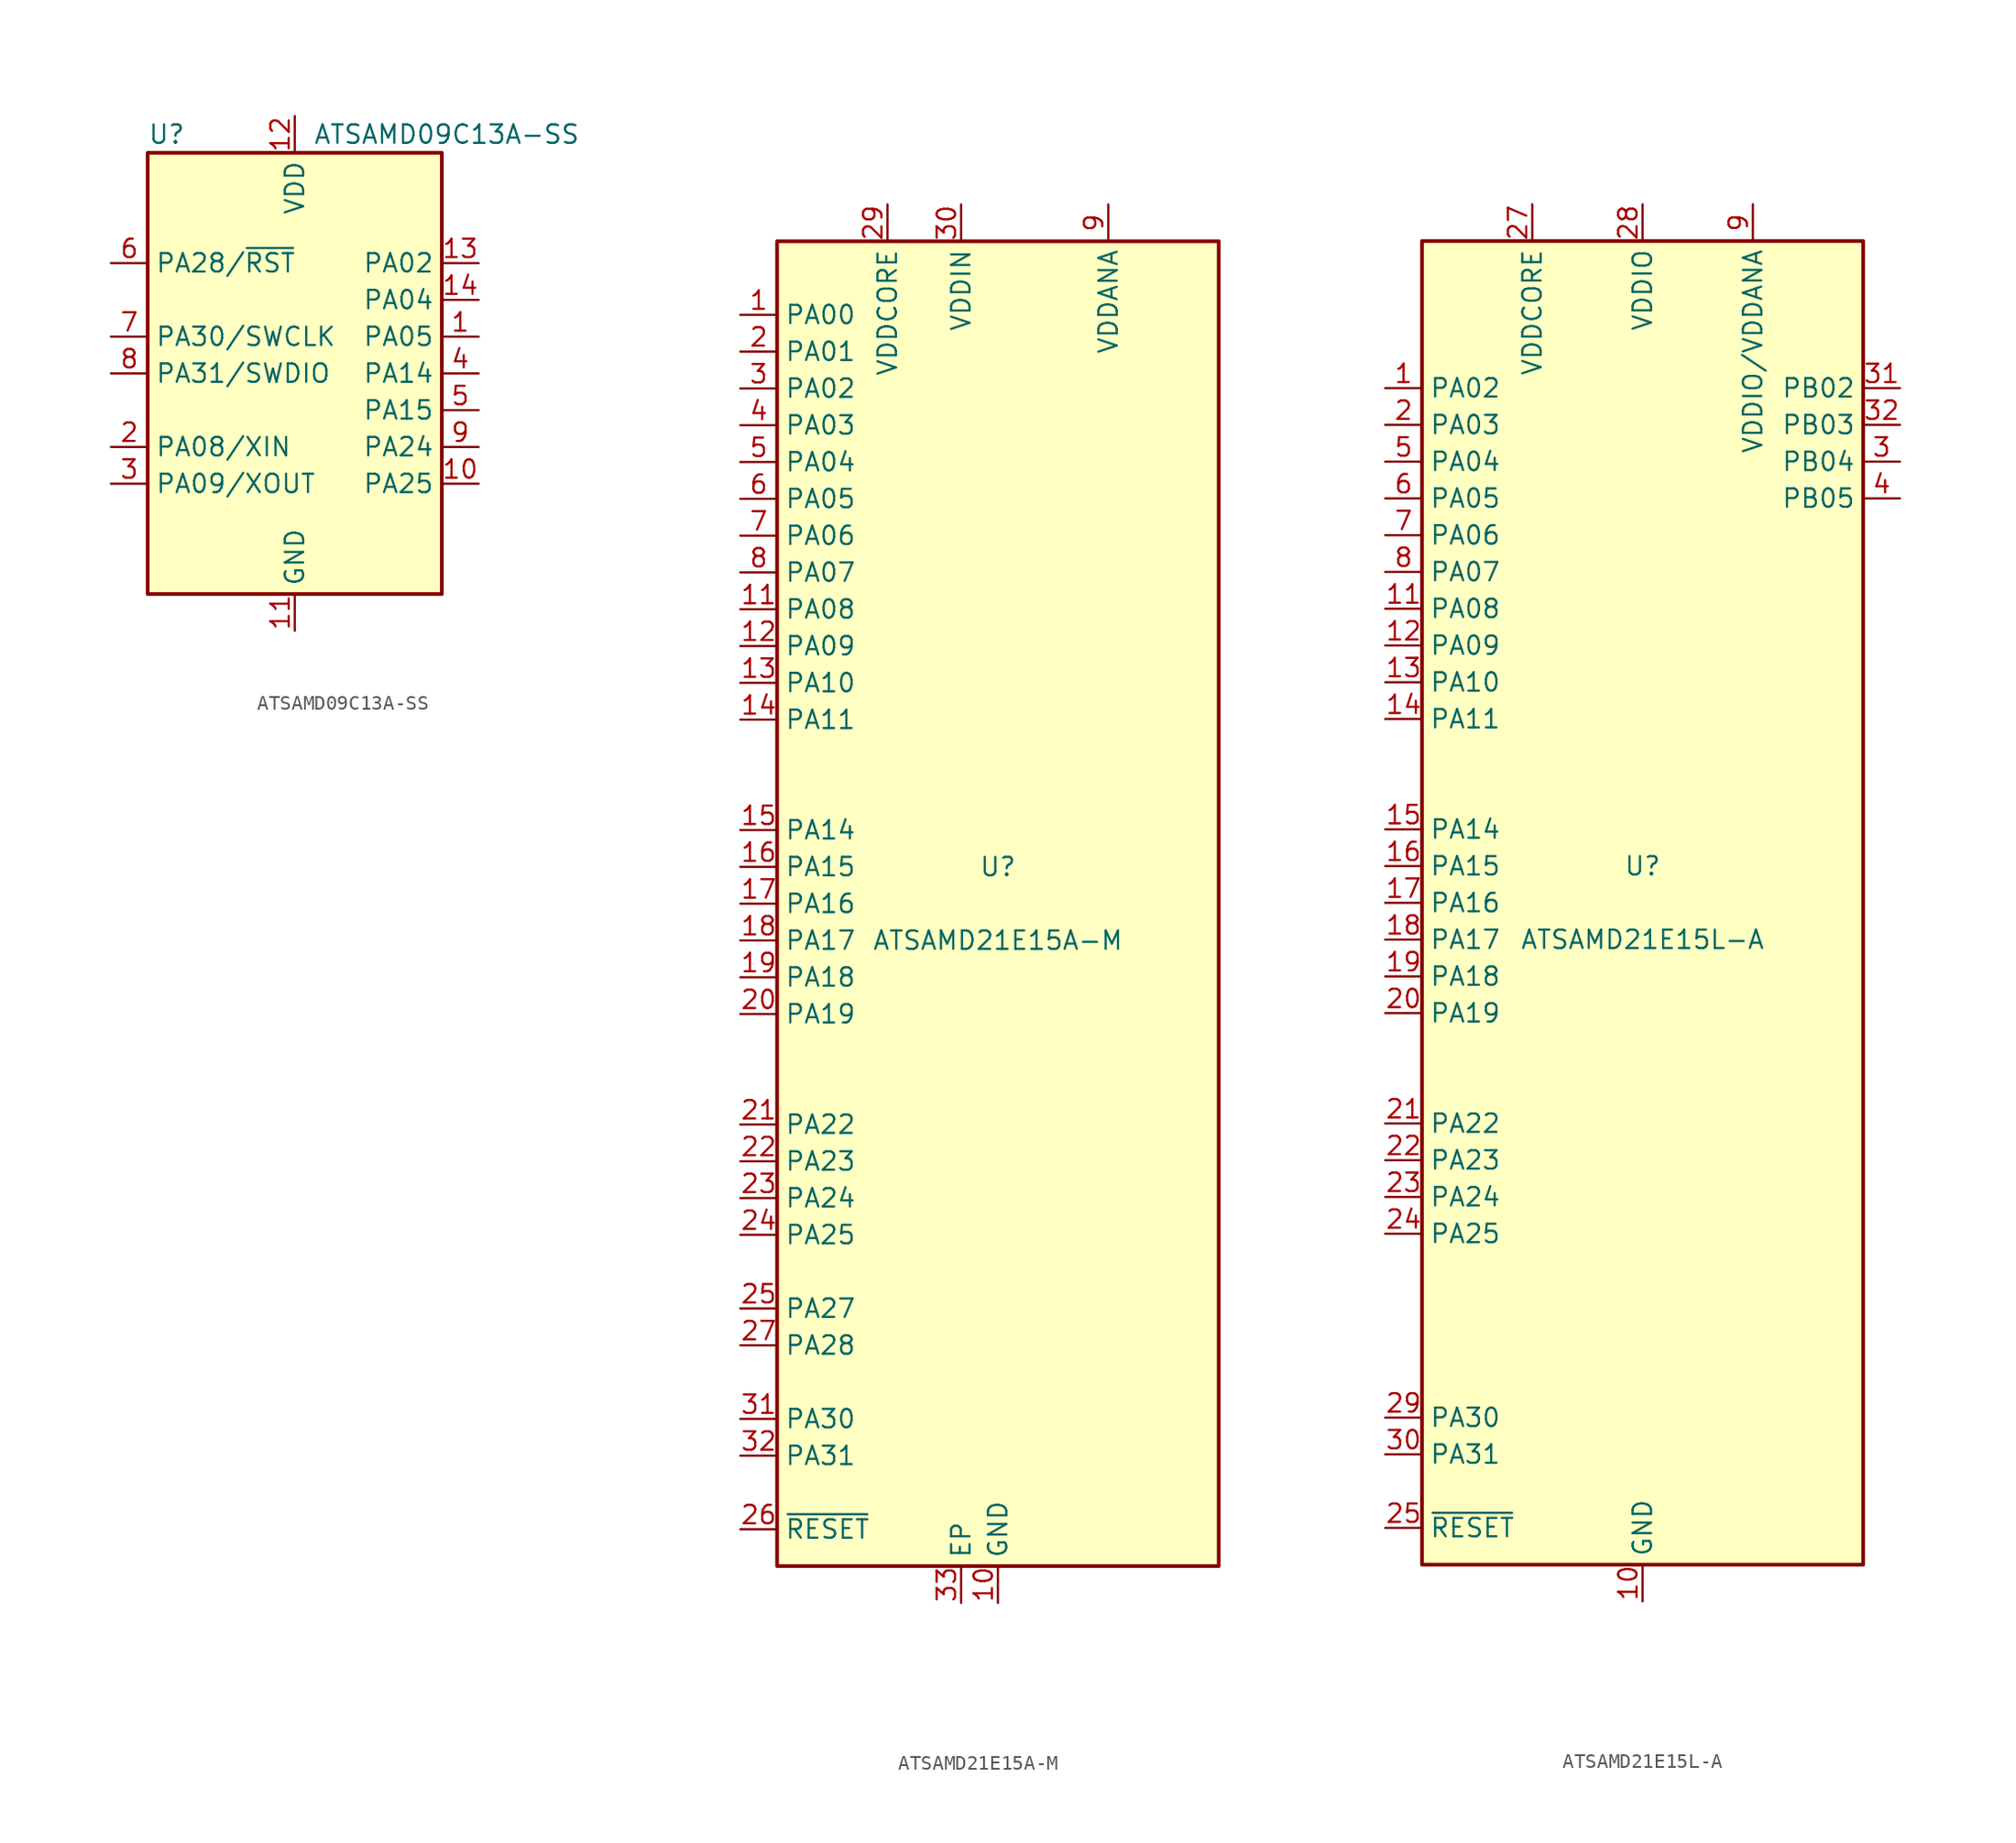
<source format=kicad_sym>
(kicad_symbol_lib
  (version 20211014)
  (generator kicad_symbol_editor)
  (symbol "ATSAMD09C13A-SS"
    (property "Reference" "U"
      (at -10.16 16.51 0)
      (effects (font (size 1.27 1.27)) (justify left)))
    (property "Value" "ATSAMD09C13A-SS"
      (at 1.27 16.51 0)
      (effects (font (size 1.27 1.27)) (justify left)))
    (symbol "ATSAMD09C13A-SS_0_1"
      (rectangle (start -10.16 15.24) (end 10.16 -15.24) (stroke (width 0.254) (type default) (color 0 0 0 0)) (fill (type background))))
    (symbol "ATSAMD09C13A-SS_1_1"
      (pin bidirectional line (at 12.7 2.54 180) (length 2.54) (name "PA05" (effects (font (size 1.27 1.27)))) (number "1" (effects (font (size 1.27 1.27)))))
      (pin bidirectional line (at 12.7 -7.62 180) (length 2.54) (name "PA25" (effects (font (size 1.27 1.27)))) (number "10" (effects (font (size 1.27 1.27)))))
      (pin power_in line (at 0 -17.78 90) (length 2.54) (name "GND" (effects (font (size 1.27 1.27)))) (number "11" (effects (font (size 1.27 1.27)))))
      (pin power_in line (at 0 17.78 270) (length 2.54) (name "VDD" (effects (font (size 1.27 1.27)))) (number "12" (effects (font (size 1.27 1.27)))))
      (pin bidirectional line (at 12.7 7.62 180) (length 2.54) (name "PA02" (effects (font (size 1.27 1.27)))) (number "13" (effects (font (size 1.27 1.27)))))
      (pin bidirectional line (at 12.7 5.08 180) (length 2.54) (name "PA04" (effects (font (size 1.27 1.27)))) (number "14" (effects (font (size 1.27 1.27)))))
      (pin bidirectional line (at -12.7 -5.08 0) (length 2.54) (name "PA08/XIN" (effects (font (size 1.27 1.27)))) (number "2" (effects (font (size 1.27 1.27)))))
      (pin bidirectional line (at -12.7 -7.62 0) (length 2.54) (name "PA09/XOUT" (effects (font (size 1.27 1.27)))) (number "3" (effects (font (size 1.27 1.27)))))
      (pin bidirectional line (at 12.7 0 180) (length 2.54) (name "PA14" (effects (font (size 1.27 1.27)))) (number "4" (effects (font (size 1.27 1.27)))))
      (pin bidirectional line (at 12.7 -2.54 180) (length 2.54) (name "PA15" (effects (font (size 1.27 1.27)))) (number "5" (effects (font (size 1.27 1.27)))))
      (pin bidirectional line (at -12.7 7.62 0) (length 2.54) (name "PA28/~{RST}" (effects (font (size 1.27 1.27)))) (number "6" (effects (font (size 1.27 1.27)))))
      (pin bidirectional line (at -12.7 2.54 0) (length 2.54) (name "PA30/SWCLK" (effects (font (size 1.27 1.27)))) (number "7" (effects (font (size 1.27 1.27)))))
      (pin bidirectional line (at -12.7 0 0) (length 2.54) (name "PA31/SWDIO" (effects (font (size 1.27 1.27)))) (number "8" (effects (font (size 1.27 1.27)))))
      (pin bidirectional line (at 12.7 -5.08 180) (length 2.54) (name "PA24" (effects (font (size 1.27 1.27)))) (number "9" (effects (font (size 1.27 1.27)))))))
  (symbol "ATSAMD21E15A-M"
    (property "Reference" "U"
      (at 0 2.54 0)
      (effects (font (size 1.27 1.27))))
    (property "Value" "ATSAMD21E15A-M"
      (at 0 -2.54 0)
      (effects (font (size 1.27 1.27))))
    (symbol "ATSAMD21E15A-M_1_1"
      (rectangle (start -15.24 45.72) (end 15.24 -45.72) (stroke (width 0.254) (type default) (color 0 0 0 0)) (fill (type background)))
      (pin bidirectional line (at -17.78 40.64 0) (length 2.54) (name "PA00" (effects (font (size 1.27 1.27)))) (number "1" (effects (font (size 1.27 1.27)))))
      (pin power_in line (at 0 -48.26 90) (length 2.54) (name "GND" (effects (font (size 1.27 1.27)))) (number "10" (effects (font (size 1.27 1.27)))))
      (pin bidirectional line (at -17.78 20.32 0) (length 2.54) (name "PA08" (effects (font (size 1.27 1.27)))) (number "11" (effects (font (size 1.27 1.27)))))
      (pin bidirectional line (at -17.78 17.78 0) (length 2.54) (name "PA09" (effects (font (size 1.27 1.27)))) (number "12" (effects (font (size 1.27 1.27)))))
      (pin bidirectional line (at -17.78 15.24 0) (length 2.54) (name "PA10" (effects (font (size 1.27 1.27)))) (number "13" (effects (font (size 1.27 1.27)))))
      (pin bidirectional line (at -17.78 12.7 0) (length 2.54) (name "PA11" (effects (font (size 1.27 1.27)))) (number "14" (effects (font (size 1.27 1.27)))))
      (pin bidirectional line (at -17.78 5.08 0) (length 2.54) (name "PA14" (effects (font (size 1.27 1.27)))) (number "15" (effects (font (size 1.27 1.27)))))
      (pin bidirectional line (at -17.78 2.54 0) (length 2.54) (name "PA15" (effects (font (size 1.27 1.27)))) (number "16" (effects (font (size 1.27 1.27)))))
      (pin bidirectional line (at -17.78 0 0) (length 2.54) (name "PA16" (effects (font (size 1.27 1.27)))) (number "17" (effects (font (size 1.27 1.27)))))
      (pin bidirectional line (at -17.78 -2.54 0) (length 2.54) (name "PA17" (effects (font (size 1.27 1.27)))) (number "18" (effects (font (size 1.27 1.27)))))
      (pin bidirectional line (at -17.78 -5.08 0) (length 2.54) (name "PA18" (effects (font (size 1.27 1.27)))) (number "19" (effects (font (size 1.27 1.27)))))
      (pin bidirectional line (at -17.78 38.1 0) (length 2.54) (name "PA01" (effects (font (size 1.27 1.27)))) (number "2" (effects (font (size 1.27 1.27)))))
      (pin bidirectional line (at -17.78 -7.62 0) (length 2.54) (name "PA19" (effects (font (size 1.27 1.27)))) (number "20" (effects (font (size 1.27 1.27)))))
      (pin bidirectional line (at -17.78 -15.24 0) (length 2.54) (name "PA22" (effects (font (size 1.27 1.27)))) (number "21" (effects (font (size 1.27 1.27)))))
      (pin bidirectional line (at -17.78 -17.78 0) (length 2.54) (name "PA23" (effects (font (size 1.27 1.27)))) (number "22" (effects (font (size 1.27 1.27)))))
      (pin bidirectional line (at -17.78 -20.32 0) (length 2.54) (name "PA24" (effects (font (size 1.27 1.27)))) (number "23" (effects (font (size 1.27 1.27)))))
      (pin bidirectional line (at -17.78 -22.86 0) (length 2.54) (name "PA25" (effects (font (size 1.27 1.27)))) (number "24" (effects (font (size 1.27 1.27)))))
      (pin bidirectional line (at -17.78 -27.94 0) (length 2.54) (name "PA27" (effects (font (size 1.27 1.27)))) (number "25" (effects (font (size 1.27 1.27)))))
      (pin input line (at -17.78 -43.18 0) (length 2.54) (name "~{RESET}" (effects (font (size 1.27 1.27)))) (number "26" (effects (font (size 1.27 1.27)))))
      (pin bidirectional line (at -17.78 -30.48 0) (length 2.54) (name "PA28" (effects (font (size 1.27 1.27)))) (number "27" (effects (font (size 1.27 1.27)))))
      (pin passive line (at 0 -48.26 90) (length 2.54) hide (name "GND" (effects (font (size 1.27 1.27)))) (number "28" (effects (font (size 1.27 1.27)))))
      (pin power_out line (at -7.62 48.26 270) (length 2.54) (name "VDDCORE" (effects (font (size 1.27 1.27)))) (number "29" (effects (font (size 1.27 1.27)))))
      (pin bidirectional line (at -17.78 35.56 0) (length 2.54) (name "PA02" (effects (font (size 1.27 1.27)))) (number "3" (effects (font (size 1.27 1.27)))))
      (pin power_in line (at -2.54 48.26 270) (length 2.54) (name "VDDIN" (effects (font (size 1.27 1.27)))) (number "30" (effects (font (size 1.27 1.27)))))
      (pin bidirectional line (at -17.78 -35.56 0) (length 2.54) (name "PA30" (effects (font (size 1.27 1.27)))) (number "31" (effects (font (size 1.27 1.27)))))
      (pin bidirectional line (at -17.78 -38.1 0) (length 2.54) (name "PA31" (effects (font (size 1.27 1.27)))) (number "32" (effects (font (size 1.27 1.27)))))
      (pin passive line (at -2.54 -48.26 90) (length 2.54) (name "EP" (effects (font (size 1.27 1.27)))) (number "33" (effects (font (size 1.27 1.27)))))
      (pin bidirectional line (at -17.78 33.02 0) (length 2.54) (name "PA03" (effects (font (size 1.27 1.27)))) (number "4" (effects (font (size 1.27 1.27)))))
      (pin bidirectional line (at -17.78 30.48 0) (length 2.54) (name "PA04" (effects (font (size 1.27 1.27)))) (number "5" (effects (font (size 1.27 1.27)))))
      (pin bidirectional line (at -17.78 27.94 0) (length 2.54) (name "PA05" (effects (font (size 1.27 1.27)))) (number "6" (effects (font (size 1.27 1.27)))))
      (pin bidirectional line (at -17.78 25.4 0) (length 2.54) (name "PA06" (effects (font (size 1.27 1.27)))) (number "7" (effects (font (size 1.27 1.27)))))
      (pin bidirectional line (at -17.78 22.86 0) (length 2.54) (name "PA07" (effects (font (size 1.27 1.27)))) (number "8" (effects (font (size 1.27 1.27)))))
      (pin power_in line (at 7.62 48.26 270) (length 2.54) (name "VDDANA" (effects (font (size 1.27 1.27)))) (number "9" (effects (font (size 1.27 1.27)))))))
  (symbol "ATSAMD21E15L-A"
    (property "Reference" "U"
      (at 0 2.54 0)
      (effects (font (size 1.27 1.27))))
    (property "Value" "ATSAMD21E15L-A"
      (at 0 -2.54 0)
      (effects (font (size 1.27 1.27))))
    (symbol "ATSAMD21E15L-A_1_1"
      (rectangle (start -15.24 45.72) (end 15.24 -45.72) (stroke (width 0.254) (type default) (color 0 0 0 0)) (fill (type background)))
      (pin bidirectional line (at -17.78 35.56 0) (length 2.54) (name "PA02" (effects (font (size 1.27 1.27)))) (number "1" (effects (font (size 1.27 1.27)))))
      (pin power_in line (at 0 -48.26 90) (length 2.54) (name "GND" (effects (font (size 1.27 1.27)))) (number "10" (effects (font (size 1.27 1.27)))))
      (pin bidirectional line (at -17.78 20.32 0) (length 2.54) (name "PA08" (effects (font (size 1.27 1.27)))) (number "11" (effects (font (size 1.27 1.27)))))
      (pin bidirectional line (at -17.78 17.78 0) (length 2.54) (name "PA09" (effects (font (size 1.27 1.27)))) (number "12" (effects (font (size 1.27 1.27)))))
      (pin bidirectional line (at -17.78 15.24 0) (length 2.54) (name "PA10" (effects (font (size 1.27 1.27)))) (number "13" (effects (font (size 1.27 1.27)))))
      (pin bidirectional line (at -17.78 12.7 0) (length 2.54) (name "PA11" (effects (font (size 1.27 1.27)))) (number "14" (effects (font (size 1.27 1.27)))))
      (pin bidirectional line (at -17.78 5.08 0) (length 2.54) (name "PA14" (effects (font (size 1.27 1.27)))) (number "15" (effects (font (size 1.27 1.27)))))
      (pin bidirectional line (at -17.78 2.54 0) (length 2.54) (name "PA15" (effects (font (size 1.27 1.27)))) (number "16" (effects (font (size 1.27 1.27)))))
      (pin bidirectional line (at -17.78 0 0) (length 2.54) (name "PA16" (effects (font (size 1.27 1.27)))) (number "17" (effects (font (size 1.27 1.27)))))
      (pin bidirectional line (at -17.78 -2.54 0) (length 2.54) (name "PA17" (effects (font (size 1.27 1.27)))) (number "18" (effects (font (size 1.27 1.27)))))
      (pin bidirectional line (at -17.78 -5.08 0) (length 2.54) (name "PA18" (effects (font (size 1.27 1.27)))) (number "19" (effects (font (size 1.27 1.27)))))
      (pin bidirectional line (at -17.78 33.02 0) (length 2.54) (name "PA03" (effects (font (size 1.27 1.27)))) (number "2" (effects (font (size 1.27 1.27)))))
      (pin bidirectional line (at -17.78 -7.62 0) (length 2.54) (name "PA19" (effects (font (size 1.27 1.27)))) (number "20" (effects (font (size 1.27 1.27)))))
      (pin bidirectional line (at -17.78 -15.24 0) (length 2.54) (name "PA22" (effects (font (size 1.27 1.27)))) (number "21" (effects (font (size 1.27 1.27)))))
      (pin bidirectional line (at -17.78 -17.78 0) (length 2.54) (name "PA23" (effects (font (size 1.27 1.27)))) (number "22" (effects (font (size 1.27 1.27)))))
      (pin bidirectional line (at -17.78 -20.32 0) (length 2.54) (name "PA24" (effects (font (size 1.27 1.27)))) (number "23" (effects (font (size 1.27 1.27)))))
      (pin bidirectional line (at -17.78 -22.86 0) (length 2.54) (name "PA25" (effects (font (size 1.27 1.27)))) (number "24" (effects (font (size 1.27 1.27)))))
      (pin input line (at -17.78 -43.18 0) (length 2.54) (name "~{RESET}" (effects (font (size 1.27 1.27)))) (number "25" (effects (font (size 1.27 1.27)))))
      (pin passive line (at 0 -48.26 90) (length 2.54) hide (name "GND" (effects (font (size 1.27 1.27)))) (number "26" (effects (font (size 1.27 1.27)))))
      (pin power_out line (at -7.62 48.26 270) (length 2.54) (name "VDDCORE" (effects (font (size 1.27 1.27)))) (number "27" (effects (font (size 1.27 1.27)))))
      (pin power_in line (at 0 48.26 270) (length 2.54) (name "VDDIO" (effects (font (size 1.27 1.27)))) (number "28" (effects (font (size 1.27 1.27)))))
      (pin bidirectional line (at -17.78 -35.56 0) (length 2.54) (name "PA30" (effects (font (size 1.27 1.27)))) (number "29" (effects (font (size 1.27 1.27)))))
      (pin bidirectional line (at 17.78 30.48 180) (length 2.54) (name "PB04" (effects (font (size 1.27 1.27)))) (number "3" (effects (font (size 1.27 1.27)))))
      (pin bidirectional line (at -17.78 -38.1 0) (length 2.54) (name "PA31" (effects (font (size 1.27 1.27)))) (number "30" (effects (font (size 1.27 1.27)))))
      (pin bidirectional line (at 17.78 35.56 180) (length 2.54) (name "PB02" (effects (font (size 1.27 1.27)))) (number "31" (effects (font (size 1.27 1.27)))))
      (pin bidirectional line (at 17.78 33.02 180) (length 2.54) (name "PB03" (effects (font (size 1.27 1.27)))) (number "32" (effects (font (size 1.27 1.27)))))
      (pin bidirectional line (at 17.78 27.94 180) (length 2.54) (name "PB05" (effects (font (size 1.27 1.27)))) (number "4" (effects (font (size 1.27 1.27)))))
      (pin bidirectional line (at -17.78 30.48 0) (length 2.54) (name "PA04" (effects (font (size 1.27 1.27)))) (number "5" (effects (font (size 1.27 1.27)))))
      (pin bidirectional line (at -17.78 27.94 0) (length 2.54) (name "PA05" (effects (font (size 1.27 1.27)))) (number "6" (effects (font (size 1.27 1.27)))))
      (pin bidirectional line (at -17.78 25.4 0) (length 2.54) (name "PA06" (effects (font (size 1.27 1.27)))) (number "7" (effects (font (size 1.27 1.27)))))
      (pin bidirectional line (at -17.78 22.86 0) (length 2.54) (name "PA07" (effects (font (size 1.27 1.27)))) (number "8" (effects (font (size 1.27 1.27)))))
      (pin power_in line (at 7.62 48.26 270) (length 2.54) (name "VDDIO/VDDANA" (effects (font (size 1.27 1.27)))) (number "9" (effects (font (size 1.27 1.27))))))))
</source>
